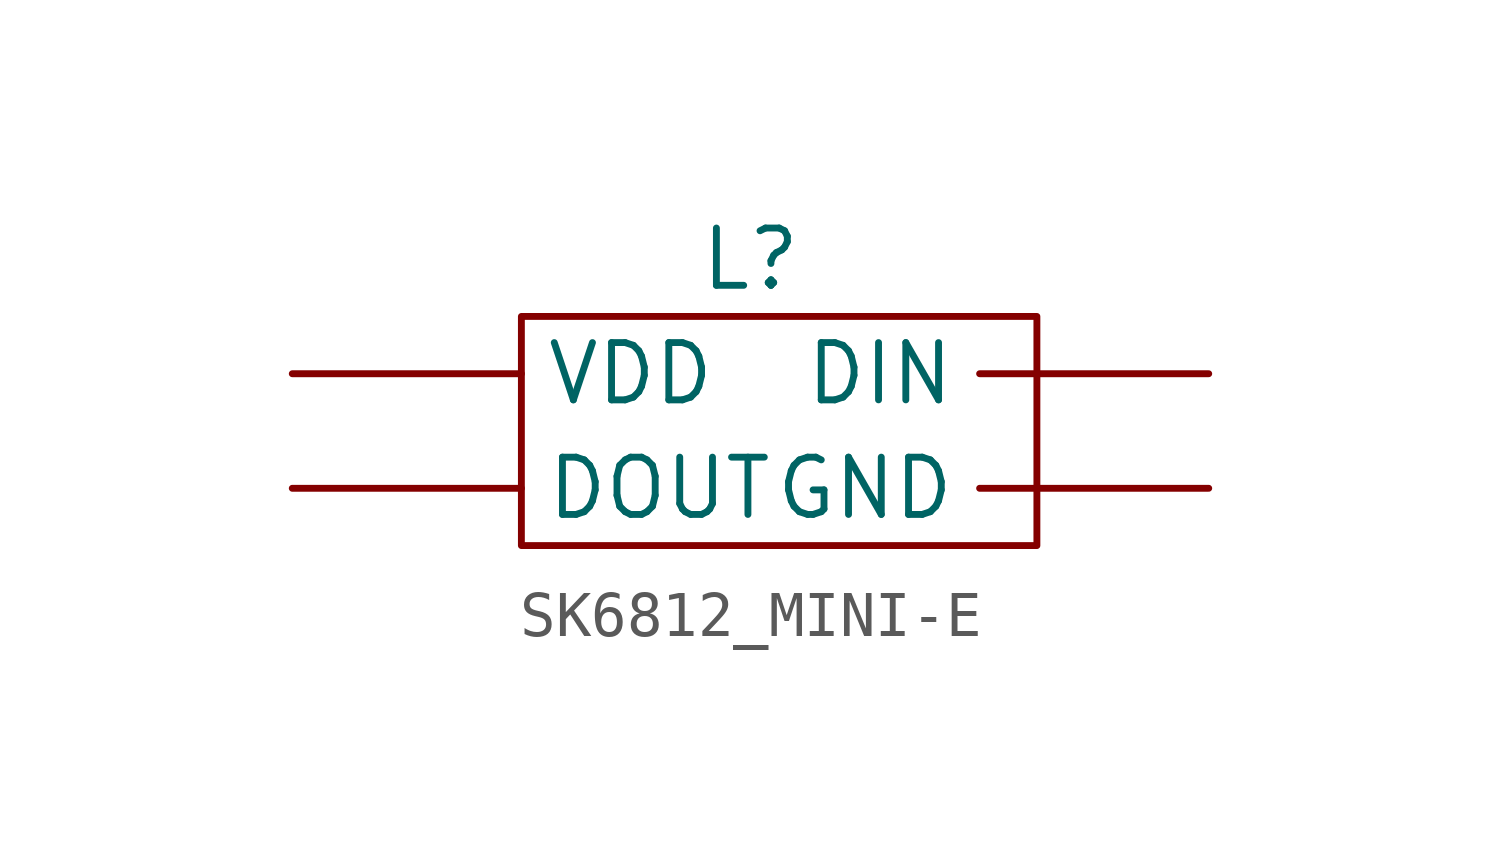
<source format=kicad_sym>
(kicad_symbol_lib
  (version 20220914)
  (generator kicad_symbol_editor)
  (symbol "SK6812_MINI-E"
    (property "Reference" "L"
      (at 0 3.81 0)
      (effects (font (size 1.27 1.27))))
    (property "Value" ""
      (at 0 0 0)
      (effects (font (size 1.27 1.27))))
    (symbol "SK6812_MINI-E_0_1"
      (rectangle (start -5.08 2.54) (end 6.35 -2.54) (stroke (width 0) (type default)) (fill (type none))))
    (symbol "SK6812_MINI-E_1_1"
      (pin input line (at 10.16 1.27 180) (length 5.08) (name "DIN" (effects (font (size 1.27 1.27)))) (number "" (effects (font (size 1.27 1.27)))))
      (pin output line (at -10.16 -1.27 0) (length 5.08) (name "DOUT" (effects (font (size 1.27 1.27)))) (number "" (effects (font (size 1.27 1.27)))))
      (pin power_in line (at 10.16 -1.27 180) (length 5.08) (name "GND" (effects (font (size 1.27 1.27)))) (number "" (effects (font (size 1.27 1.27)))))
      (pin power_in line (at -10.16 1.27 0) (length 5.08) (name "VDD" (effects (font (size 1.27 1.27)))) (number "" (effects (font (size 1.27 1.27))))))))
</source>
